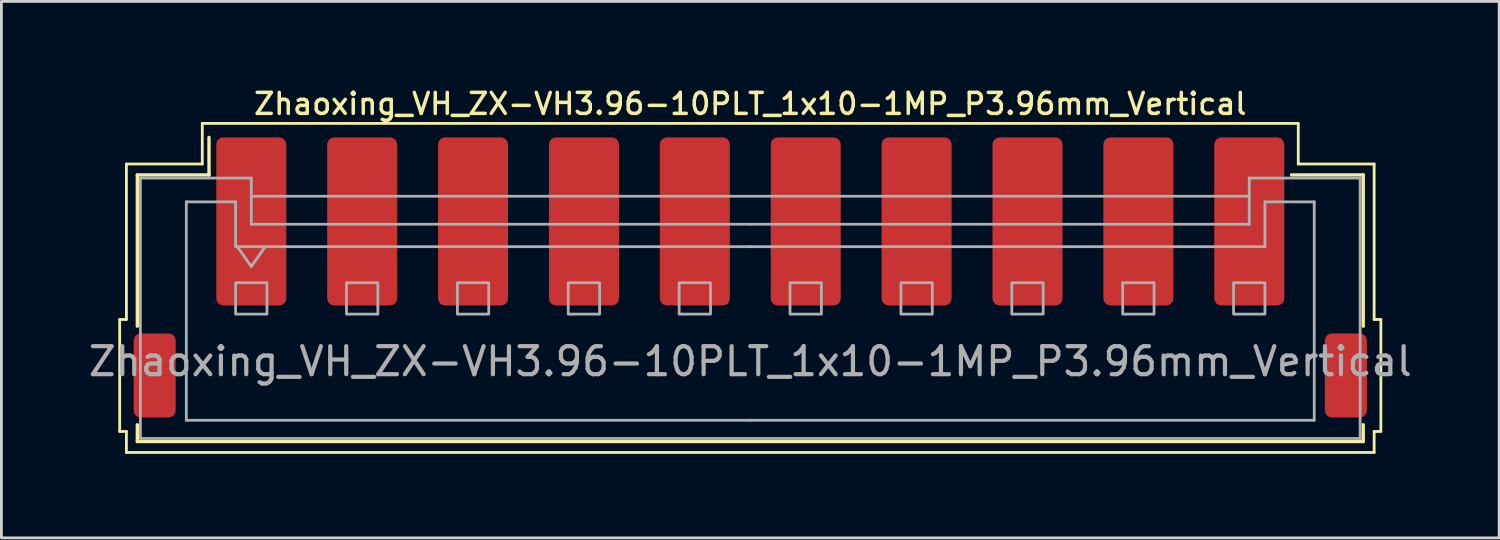
<source format=kicad_pcb>
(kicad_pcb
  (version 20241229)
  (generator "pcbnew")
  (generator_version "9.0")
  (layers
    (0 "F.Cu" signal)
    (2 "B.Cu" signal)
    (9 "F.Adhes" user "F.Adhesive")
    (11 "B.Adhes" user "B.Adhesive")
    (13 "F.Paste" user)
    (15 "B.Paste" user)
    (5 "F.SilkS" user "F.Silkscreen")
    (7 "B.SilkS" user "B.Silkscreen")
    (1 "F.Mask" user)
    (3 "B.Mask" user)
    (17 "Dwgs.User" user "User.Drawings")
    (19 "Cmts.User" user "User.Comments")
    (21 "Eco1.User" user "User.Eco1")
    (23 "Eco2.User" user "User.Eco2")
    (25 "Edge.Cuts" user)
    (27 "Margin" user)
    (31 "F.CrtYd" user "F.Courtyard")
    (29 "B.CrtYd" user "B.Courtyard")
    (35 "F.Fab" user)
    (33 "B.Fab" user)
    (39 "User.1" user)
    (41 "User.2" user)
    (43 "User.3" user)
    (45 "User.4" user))
  (footprint "Zhaoxing_VH_ZX-VH3.96-10PLT_1x10-1MP_P3.96mm_Vertical"
    (layer "F.Cu")
    (at 23.744 6.858)
    (property "Reference" "Zhaoxing_VH_ZX-VH3.96-10PLT_1x10-1MP_P3.96mm_Vertical" (at 0 -6.2 0) (layer "F.SilkS") (effects (font (size 0.75 0.75) (thickness 0.125))))
    (attr smd)
    (fp_line (start -22.52 1.5) (end -22.28 1.5) (stroke (width 0.1) (type solid)) (layer "F.SilkS"))
    (fp_line (start -22.52 5.5) (end -22.52 1.5) (stroke (width 0.1) (type solid)) (layer "F.SilkS"))
    (fp_line (start -22.28 -4.05) (end -19.57 -4.05) (stroke (width 0.1) (type solid)) (layer "F.SilkS"))
    (fp_line (start -22.28 1.5) (end -22.28 -4.05) (stroke (width 0.1) (type solid)) (layer "F.SilkS"))
    (fp_line (start -22.28 5.5) (end -22.52 5.5) (stroke (width 0.1) (type solid)) (layer "F.SilkS"))
    (fp_line (start -22.28 6.25) (end -22.28 5.5) (stroke (width 0.1) (type solid)) (layer "F.SilkS"))
    (fp_line (start -21.89 -3.66) (end -19.33 -3.66) (stroke (width 0.12) (type solid)) (layer "F.SilkS"))
    (fp_line (start -21.89 1.74) (end -21.89 -3.66) (stroke (width 0.12) (type solid)) (layer "F.SilkS"))
    (fp_line (start -21.89 5.26) (end -21.89 5.86) (stroke (width 0.12) (type solid)) (layer "F.SilkS"))
    (fp_line (start -21.89 5.86) (end 21.89 5.86) (stroke (width 0.12) (type solid)) (layer "F.SilkS"))
    (fp_line (start -19.57 -5.5) (end 19.57 -5.5) (stroke (width 0.1) (type solid)) (layer "F.SilkS"))
    (fp_line (start -19.57 -4.05) (end -19.57 -5.5) (stroke (width 0.1) (type solid)) (layer "F.SilkS"))
    (fp_line (start -19.33 -3.66) (end -19.33 -5) (stroke (width 0.12) (type solid)) (layer "F.SilkS"))
    (fp_line (start 19.57 -5.5) (end 19.57 -4.05) (stroke (width 0.1) (type solid)) (layer "F.SilkS"))
    (fp_line (start 19.57 -4.05) (end 22.28 -4.05) (stroke (width 0.1) (type solid)) (layer "F.SilkS"))
    (fp_line (start 21.89 -3.66) (end 19.33 -3.66) (stroke (width 0.12) (type solid)) (layer "F.SilkS"))
    (fp_line (start 21.89 1.74) (end 21.89 -3.66) (stroke (width 0.12) (type solid)) (layer "F.SilkS"))
    (fp_line (start 21.89 5.86) (end 21.89 5.26) (stroke (width 0.12) (type solid)) (layer "F.SilkS"))
    (fp_line (start 22.28 -4.05) (end 22.28 1.5) (stroke (width 0.1) (type solid)) (layer "F.SilkS"))
    (fp_line (start 22.28 1.5) (end 22.52 1.5) (stroke (width 0.1) (type solid)) (layer "F.SilkS"))
    (fp_line (start 22.28 5.5) (end 22.28 6.25) (stroke (width 0.1) (type solid)) (layer "F.SilkS"))
    (fp_line (start 22.28 6.25) (end -22.28 6.25) (stroke (width 0.1) (type solid)) (layer "F.SilkS"))
    (fp_line (start 22.52 1.5) (end 22.52 5.5) (stroke (width 0.1) (type solid)) (layer "F.SilkS"))
    (fp_line (start 22.52 5.5) (end 22.28 5.5) (stroke (width 0.1) (type solid)) (layer "F.SilkS"))
    (fp_line (start -21.78 -3.55) (end -21.78 5.75) (stroke (width 0.1) (type solid)) (layer "F.Fab"))
    (fp_line (start -21.78 -3.55) (end -17.82 -3.55) (stroke (width 0.1) (type solid)) (layer "F.Fab"))
    (fp_line (start -21.78 5.75) (end 21.78 5.75) (stroke (width 0.1) (type solid)) (layer "F.Fab"))
    (fp_line (start -20.14 -2.7) (end -20.14 5.1) (stroke (width 0.1) (type solid)) (layer "F.Fab"))
    (fp_line (start -20.14 5.1) (end 0 5.1) (stroke (width 0.1) (type solid)) (layer "F.Fab"))
    (fp_line (start -18.38 -2.7) (end -20.14 -2.7) (stroke (width 0.1) (type solid)) (layer "F.Fab"))
    (fp_line (start -18.38 -1.1) (end -18.38 -2.7) (stroke (width 0.1) (type solid)) (layer "F.Fab"))
    (fp_line (start -18.32 -1.1) (end -17.82 -0.393) (stroke (width 0.1) (type solid)) (layer "F.Fab"))
    (fp_line (start -17.82 -3.55) (end -17.82 -2.9) (stroke (width 0.1) (type solid)) (layer "F.Fab"))
    (fp_line (start -17.82 -2.9) (end 17.82 -2.9) (stroke (width 0.1) (type solid)) (layer "F.Fab"))
    (fp_line (start -17.82 -1.9) (end -17.82 -2.9) (stroke (width 0.1) (type solid)) (layer "F.Fab"))
    (fp_line (start -17.82 -0.393) (end -17.32 -1.1) (stroke (width 0.1) (type solid)) (layer "F.Fab"))
    (fp_line (start 0 -1.9) (end -17.82 -1.9) (stroke (width 0.1) (type solid)) (layer "F.Fab"))
    (fp_line (start 0 -1.9) (end 17.82 -1.9) (stroke (width 0.1) (type solid)) (layer "F.Fab"))
    (fp_line (start 0 -1.1) (end -18.38 -1.1) (stroke (width 0.1) (type solid)) (layer "F.Fab"))
    (fp_line (start 0 -1.1) (end 18.38 -1.1) (stroke (width 0.1) (type solid)) (layer "F.Fab"))
    (fp_line (start 17.82 -3.55) (end 21.78 -3.55) (stroke (width 0.1) (type solid)) (layer "F.Fab"))
    (fp_line (start 17.82 -2.9) (end 17.82 -3.55) (stroke (width 0.1) (type solid)) (layer "F.Fab"))
    (fp_line (start 17.82 -1.9) (end 17.82 -2.9) (stroke (width 0.1) (type solid)) (layer "F.Fab"))
    (fp_line (start 18.38 -2.7) (end 20.14 -2.7) (stroke (width 0.1) (type solid)) (layer "F.Fab"))
    (fp_line (start 18.38 -1.1) (end 18.38 -2.7) (stroke (width 0.1) (type solid)) (layer "F.Fab"))
    (fp_line (start 20.14 -2.7) (end 20.14 5.1) (stroke (width 0.1) (type solid)) (layer "F.Fab"))
    (fp_line (start 20.14 5.1) (end 0 5.1) (stroke (width 0.1) (type solid)) (layer "F.Fab"))
    (fp_line (start 21.78 -3.55) (end 21.78 5.75) (stroke (width 0.1) (type solid)) (layer "F.Fab"))
    (fp_rect (start -18.38 0.19) (end -17.26 1.31) (stroke (width 0.1) (type solid)) (fill no) (layer "F.Fab"))
    (fp_rect (start -14.42 0.19) (end -13.3 1.31) (stroke (width 0.1) (type solid)) (fill no) (layer "F.Fab"))
    (fp_rect (start -10.46 0.19) (end -9.34 1.31) (stroke (width 0.1) (type solid)) (fill no) (layer "F.Fab"))
    (fp_rect (start -6.5 0.19) (end -5.38 1.31) (stroke (width 0.1) (type solid)) (fill no) (layer "F.Fab"))
    (fp_rect (start -2.54 0.19) (end -1.42 1.31) (stroke (width 0.1) (type solid)) (fill no) (layer "F.Fab"))
    (fp_rect (start 1.42 0.19) (end 2.54 1.31) (stroke (width 0.1) (type solid)) (fill no) (layer "F.Fab"))
    (fp_rect (start 5.38 0.19) (end 6.5 1.31) (stroke (width 0.1) (type solid)) (fill no) (layer "F.Fab"))
    (fp_rect (start 9.34 0.19) (end 10.46 1.31) (stroke (width 0.1) (type solid)) (fill no) (layer "F.Fab"))
    (fp_rect (start 13.3 0.19) (end 14.42 1.31) (stroke (width 0.1) (type solid)) (fill no) (layer "F.Fab"))
    (fp_rect (start 17.26 0.19) (end 18.38 1.31) (stroke (width 0.1) (type solid)) (fill no) (layer "F.Fab"))
    (fp_text user "${REFERENCE}" (at 0 3 0) (layer "F.Fab") (effects (font (size 1 1) (thickness 0.15))))
    (pad "1" smd roundrect (at -17.82 -2) (size 2.5 6) (layers "F.Cu" "F.Mask" "F.Paste") (roundrect_rratio 0.1))
    (pad "2" smd roundrect (at -13.86 -2) (size 2.5 6) (layers "F.Cu" "F.Mask" "F.Paste") (roundrect_rratio 0.1))
    (pad "3" smd roundrect (at -9.9 -2) (size 2.5 6) (layers "F.Cu" "F.Mask" "F.Paste") (roundrect_rratio 0.1))
    (pad "4" smd roundrect (at -5.94 -2) (size 2.5 6) (layers "F.Cu" "F.Mask" "F.Paste") (roundrect_rratio 0.1))
    (pad "5" smd roundrect (at -1.98 -2) (size 2.5 6) (layers "F.Cu" "F.Mask" "F.Paste") (roundrect_rratio 0.1))
    (pad "6" smd roundrect (at 1.98 -2) (size 2.5 6) (layers "F.Cu" "F.Mask" "F.Paste") (roundrect_rratio 0.1))
    (pad "7" smd roundrect (at 5.94 -2) (size 2.5 6) (layers "F.Cu" "F.Mask" "F.Paste") (roundrect_rratio 0.1))
    (pad "8" smd roundrect (at 9.9 -2) (size 2.5 6) (layers "F.Cu" "F.Mask" "F.Paste") (roundrect_rratio 0.1))
    (pad "9" smd roundrect (at 13.86 -2) (size 2.5 6) (layers "F.Cu" "F.Mask" "F.Paste") (roundrect_rratio 0.1))
    (pad "10" smd roundrect (at 17.82 -2) (size 2.5 6) (layers "F.Cu" "F.Mask" "F.Paste") (roundrect_rratio 0.1))
    (pad "MP" smd roundrect (at -21.27 3.5) (size 1.5 3) (layers "F.Cu" "F.Mask" "F.Paste") (roundrect_rratio 0.167))
    (pad "MP" smd roundrect (at 21.27 3.5) (size 1.5 3) (layers "F.Cu" "F.Mask" "F.Paste") (roundrect_rratio 0.167)))
  (gr_rect
    (start -3 -3)
    (end 50.488 16.158)
    (stroke (width 0.1) (type default))
    (fill no)
    (layer "Edge.Cuts")))
</source>
